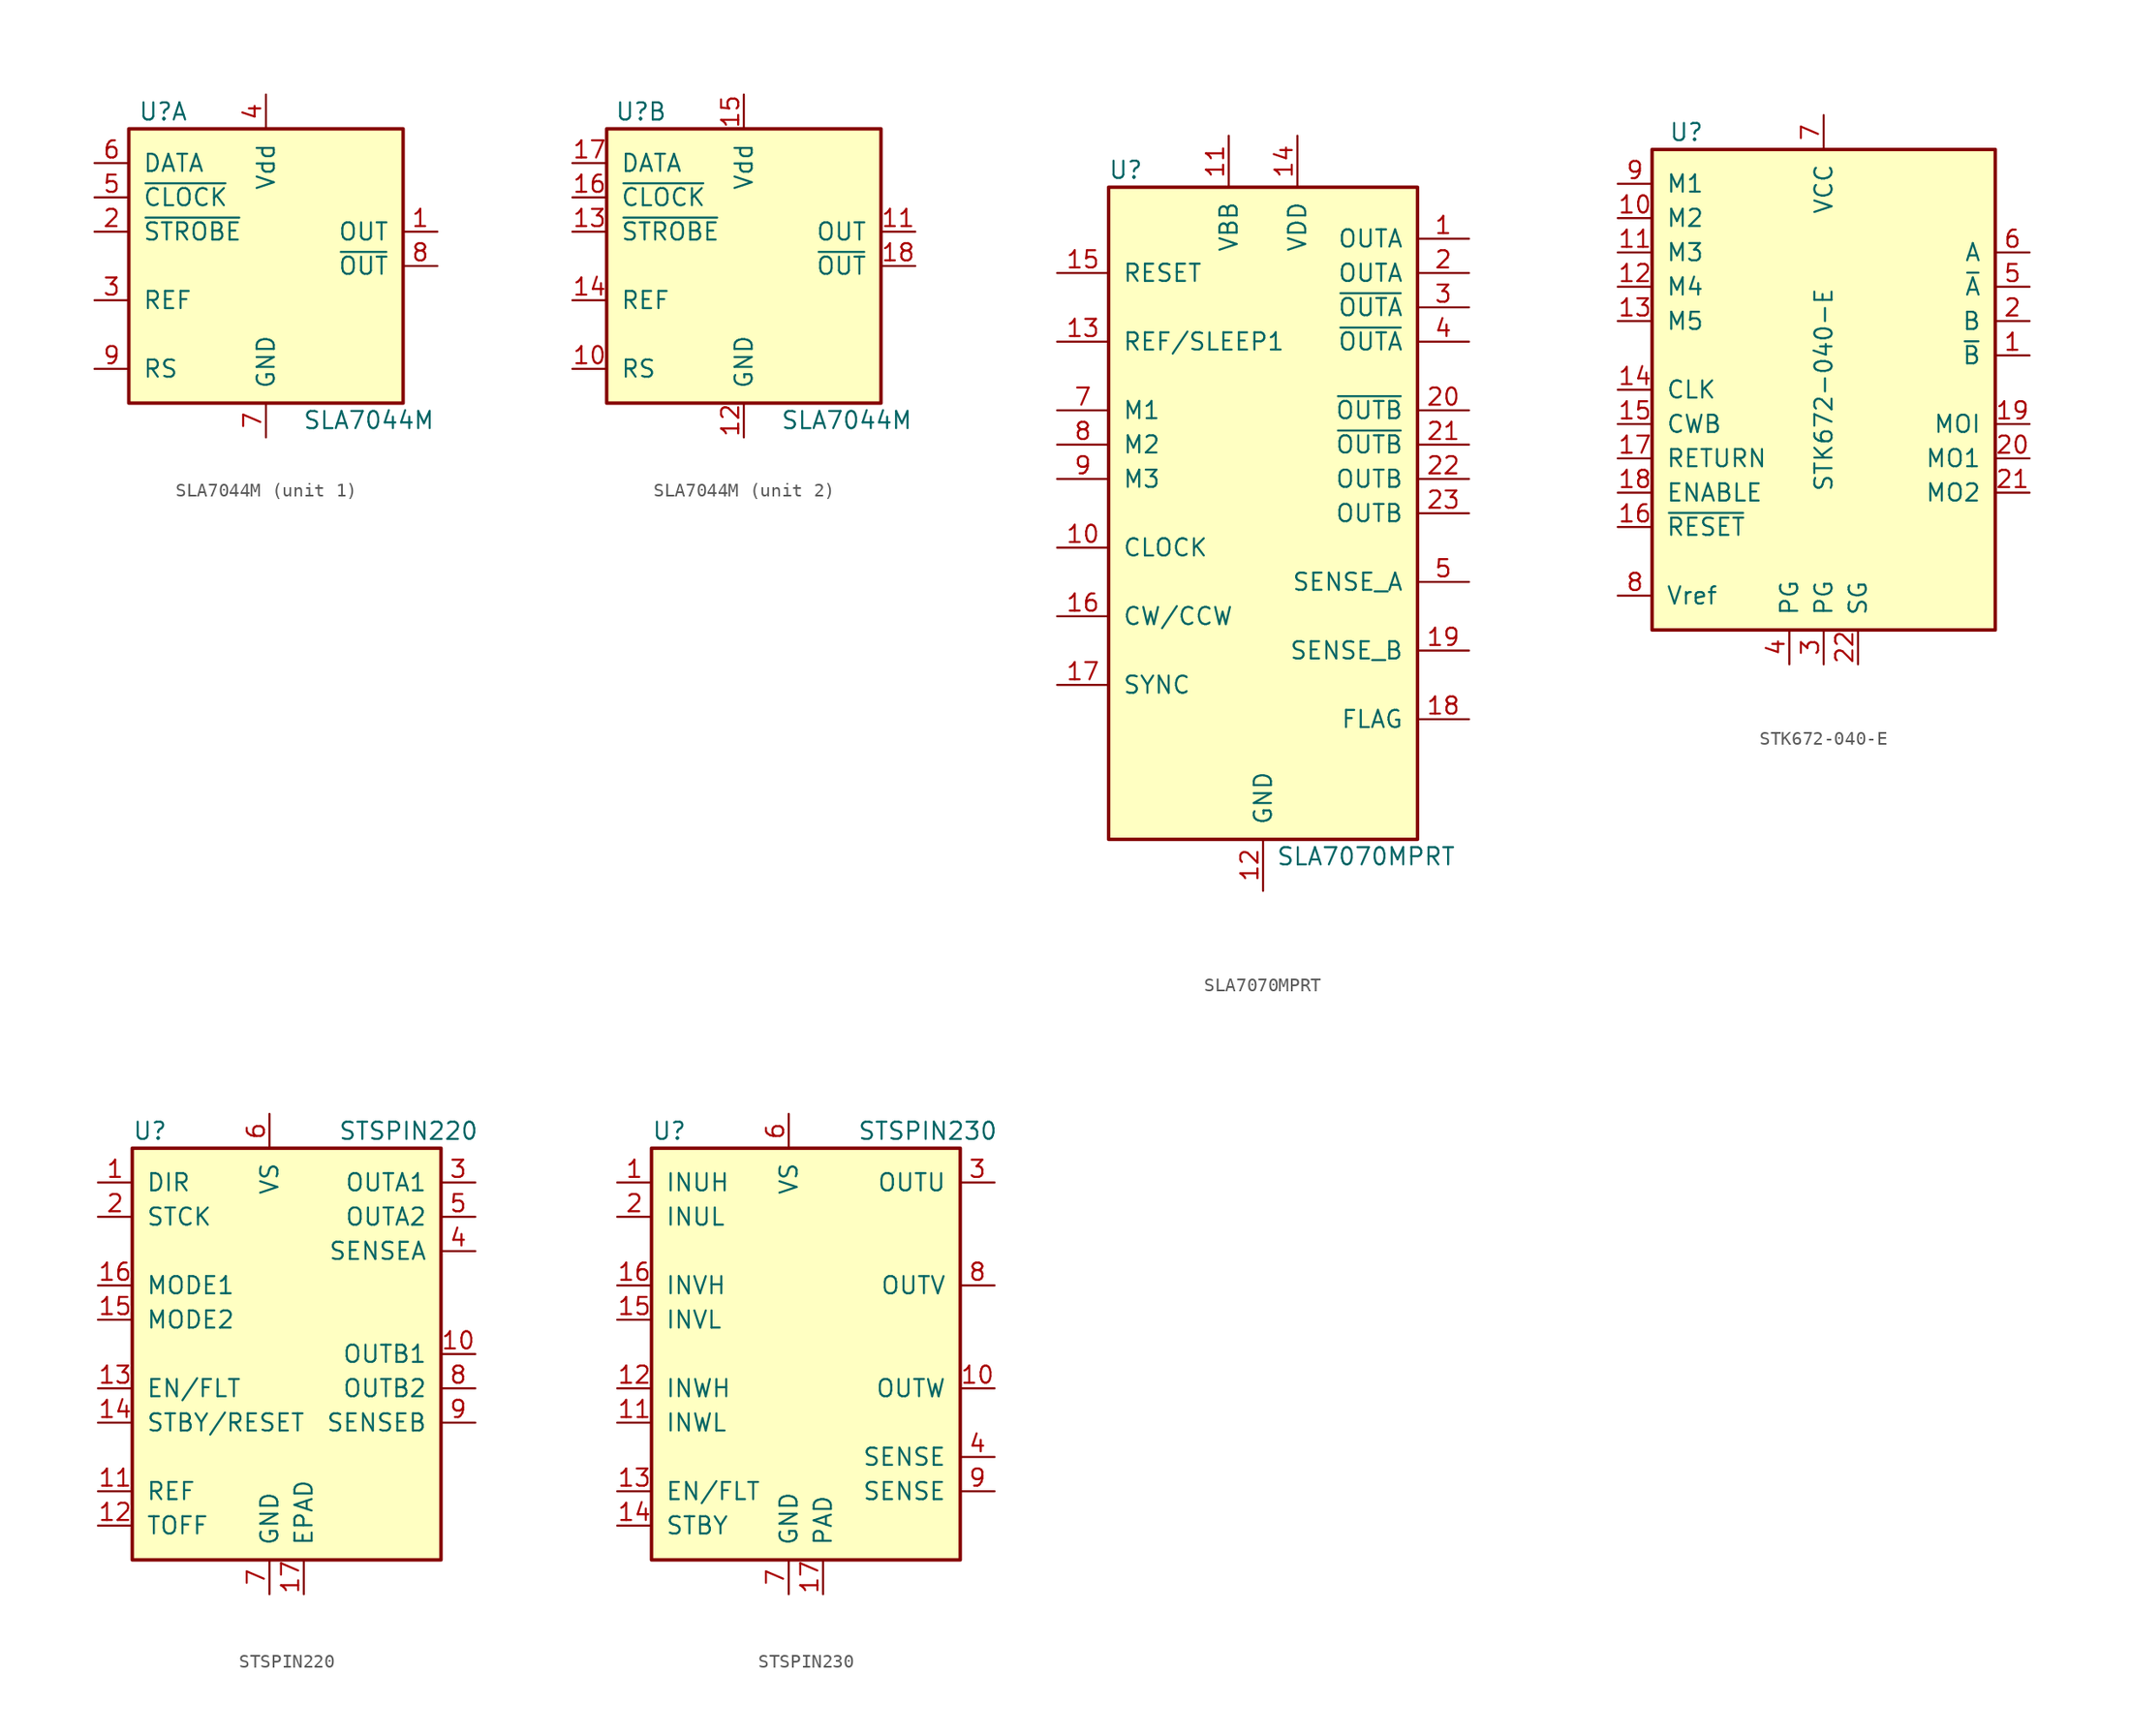
<source format=kicad_sym>
(kicad_symbol_lib
  (version 20201005)
  (generator kicad_symbol_editor)
  (symbol "SLA7044M"
    (pin_names
      (offset 1.016))
    (property "Reference" "U"
      (at -7.62 11.43 0)
      (effects (font (size 1.27 1.27))))
    (property "Value" "SLA7044M"
      (at 7.62 -11.43 0)
      (effects (font (size 1.27 1.27))))
    (symbol "SLA7044M_0_1"
      (rectangle (start -10.16 10.16) (end 10.16 -10.16) (stroke (width 0.254)) (fill (type background))))
    (symbol "SLA7044M_1_1"
      (pin output line (at 12.7 2.54 180) (length 2.54) (name "OUT" (effects (font (size 1.27 1.27)))) (number "1" (effects (font (size 1.27 1.27)))))
      (pin input line (at -12.7 2.54 0) (length 2.54) (name "~STROBE~" (effects (font (size 1.27 1.27)))) (number "2" (effects (font (size 1.27 1.27)))))
      (pin input line (at -12.7 -2.54 0) (length 2.54) (name "REF" (effects (font (size 1.27 1.27)))) (number "3" (effects (font (size 1.27 1.27)))))
      (pin power_in line (at 0 12.7 270) (length 2.54) (name "Vdd" (effects (font (size 1.27 1.27)))) (number "4" (effects (font (size 1.27 1.27)))))
      (pin input line (at -12.7 5.08 0) (length 2.54) (name "~CLOCK~" (effects (font (size 1.27 1.27)))) (number "5" (effects (font (size 1.27 1.27)))))
      (pin input line (at -12.7 7.62 0) (length 2.54) (name "DATA" (effects (font (size 1.27 1.27)))) (number "6" (effects (font (size 1.27 1.27)))))
      (pin power_in line (at 0 -12.7 90) (length 2.54) (name "GND" (effects (font (size 1.27 1.27)))) (number "7" (effects (font (size 1.27 1.27)))))
      (pin output line (at 12.7 0 180) (length 2.54) (name "~OUT~" (effects (font (size 1.27 1.27)))) (number "8" (effects (font (size 1.27 1.27)))))
      (pin input line (at -12.7 -7.62 0) (length 2.54) (name "RS" (effects (font (size 1.27 1.27)))) (number "9" (effects (font (size 1.27 1.27))))))
    (symbol "SLA7044M_2_1"
      (pin input line (at -12.7 -7.62 0) (length 2.54) (name "RS" (effects (font (size 1.27 1.27)))) (number "10" (effects (font (size 1.27 1.27)))))
      (pin output line (at 12.7 2.54 180) (length 2.54) (name "OUT" (effects (font (size 1.27 1.27)))) (number "11" (effects (font (size 1.27 1.27)))))
      (pin power_in line (at 0 -12.7 90) (length 2.54) (name "GND" (effects (font (size 1.27 1.27)))) (number "12" (effects (font (size 1.27 1.27)))))
      (pin input line (at -12.7 2.54 0) (length 2.54) (name "~STROBE~" (effects (font (size 1.27 1.27)))) (number "13" (effects (font (size 1.27 1.27)))))
      (pin input line (at -12.7 -2.54 0) (length 2.54) (name "REF" (effects (font (size 1.27 1.27)))) (number "14" (effects (font (size 1.27 1.27)))))
      (pin power_in line (at 0 12.7 270) (length 2.54) (name "Vdd" (effects (font (size 1.27 1.27)))) (number "15" (effects (font (size 1.27 1.27)))))
      (pin input line (at -12.7 5.08 0) (length 2.54) (name "~CLOCK~" (effects (font (size 1.27 1.27)))) (number "16" (effects (font (size 1.27 1.27)))))
      (pin input line (at -12.7 7.62 0) (length 2.54) (name "DATA" (effects (font (size 1.27 1.27)))) (number "17" (effects (font (size 1.27 1.27)))))
      (pin output line (at 12.7 0 180) (length 2.54) (name "~OUT~" (effects (font (size 1.27 1.27)))) (number "18" (effects (font (size 1.27 1.27)))))))
  (symbol "SLA7070MPRT"
    (pin_names
      (offset 1.016))
    (property "Reference" "U"
      (at -10.16 25.4 0)
      (effects (font (size 1.27 1.27))))
    (property "Value" "SLA7070MPRT"
      (at 7.62 -25.4 0)
      (effects (font (size 1.27 1.27))))
    (symbol "SLA7070MPRT_0_1"
      (rectangle (start -11.43 24.13) (end 11.43 -24.13) (stroke (width 0.254)) (fill (type background))))
    (symbol "SLA7070MPRT_1_1"
      (pin output line (at 15.24 20.32 180) (length 3.81) (name "OUTA" (effects (font (size 1.27 1.27)))) (number "1" (effects (font (size 1.27 1.27)))))
      (pin input line (at -15.24 -2.54 0) (length 3.81) (name "CLOCK" (effects (font (size 1.27 1.27)))) (number "10" (effects (font (size 1.27 1.27)))))
      (pin power_in line (at -2.54 27.94 270) (length 3.81) (name "VBB" (effects (font (size 1.27 1.27)))) (number "11" (effects (font (size 1.27 1.27)))))
      (pin power_in line (at 0 -27.94 90) (length 3.81) (name "GND" (effects (font (size 1.27 1.27)))) (number "12" (effects (font (size 1.27 1.27)))))
      (pin input line (at -15.24 12.7 0) (length 3.81) (name "REF/SLEEP1" (effects (font (size 1.27 1.27)))) (number "13" (effects (font (size 1.27 1.27)))))
      (pin power_in line (at 2.54 27.94 270) (length 3.81) (name "VDD" (effects (font (size 1.27 1.27)))) (number "14" (effects (font (size 1.27 1.27)))))
      (pin input line (at -15.24 17.78 0) (length 3.81) (name "RESET" (effects (font (size 1.27 1.27)))) (number "15" (effects (font (size 1.27 1.27)))))
      (pin input line (at -15.24 -7.62 0) (length 3.81) (name "CW/CCW" (effects (font (size 1.27 1.27)))) (number "16" (effects (font (size 1.27 1.27)))))
      (pin input line (at -15.24 -12.7 0) (length 3.81) (name "SYNC" (effects (font (size 1.27 1.27)))) (number "17" (effects (font (size 1.27 1.27)))))
      (pin output line (at 15.24 -15.24 180) (length 3.81) (name "FLAG" (effects (font (size 1.27 1.27)))) (number "18" (effects (font (size 1.27 1.27)))))
      (pin output line (at 15.24 -10.16 180) (length 3.81) (name "SENSE_B" (effects (font (size 1.27 1.27)))) (number "19" (effects (font (size 1.27 1.27)))))
      (pin output line (at 15.24 17.78 180) (length 3.81) (name "OUTA" (effects (font (size 1.27 1.27)))) (number "2" (effects (font (size 1.27 1.27)))))
      (pin output line (at 15.24 7.62 180) (length 3.81) (name "~OUTB~" (effects (font (size 1.27 1.27)))) (number "20" (effects (font (size 1.27 1.27)))))
      (pin output line (at 15.24 5.08 180) (length 3.81) (name "~OUTB~" (effects (font (size 1.27 1.27)))) (number "21" (effects (font (size 1.27 1.27)))))
      (pin output line (at 15.24 2.54 180) (length 3.81) (name "OUTB" (effects (font (size 1.27 1.27)))) (number "22" (effects (font (size 1.27 1.27)))))
      (pin output line (at 15.24 0 180) (length 3.81) (name "OUTB" (effects (font (size 1.27 1.27)))) (number "23" (effects (font (size 1.27 1.27)))))
      (pin output line (at 15.24 15.24 180) (length 3.81) (name "~OUTA~" (effects (font (size 1.27 1.27)))) (number "3" (effects (font (size 1.27 1.27)))))
      (pin output line (at 15.24 12.7 180) (length 3.81) (name "~OUTA~" (effects (font (size 1.27 1.27)))) (number "4" (effects (font (size 1.27 1.27)))))
      (pin output line (at 15.24 -5.08 180) (length 3.81) (name "SENSE_A" (effects (font (size 1.27 1.27)))) (number "5" (effects (font (size 1.27 1.27)))))
      (pin no_connect line (at 10.16 -20.32 180) (length 3.81) hide (name "N.C." (effects (font (size 1.27 1.27)))) (number "6" (effects (font (size 1.27 1.27)))))
      (pin input line (at -15.24 7.62 0) (length 3.81) (name "M1" (effects (font (size 1.27 1.27)))) (number "7" (effects (font (size 1.27 1.27)))))
      (pin input line (at -15.24 5.08 0) (length 3.81) (name "M2" (effects (font (size 1.27 1.27)))) (number "8" (effects (font (size 1.27 1.27)))))
      (pin input line (at -15.24 2.54 0) (length 3.81) (name "M3" (effects (font (size 1.27 1.27)))) (number "9" (effects (font (size 1.27 1.27)))))))
  (symbol "STK672-040-E"
    (pin_names
      (offset 1.016))
    (property "Reference" "U"
      (at -10.16 19.05 0)
      (effects (font (size 1.27 1.27))))
    (property "Value" "STK672-040-E"
      (at 0 0 90)
      (effects (font (size 1.27 1.27))))
    (symbol "STK672-040-E_0_1"
      (rectangle (start -12.7 17.78) (end 12.7 -17.78) (stroke (width 0.254)) (fill (type background))))
    (symbol "STK672-040-E_1_1"
      (pin output line (at 15.24 2.54 180) (length 2.54) (name "~B~" (effects (font (size 1.27 1.27)))) (number "1" (effects (font (size 1.27 1.27)))))
      (pin input line (at -15.24 12.7 0) (length 2.54) (name "M2" (effects (font (size 1.27 1.27)))) (number "10" (effects (font (size 1.27 1.27)))))
      (pin input line (at -15.24 10.16 0) (length 2.54) (name "M3" (effects (font (size 1.27 1.27)))) (number "11" (effects (font (size 1.27 1.27)))))
      (pin input line (at -15.24 7.62 0) (length 2.54) (name "M4" (effects (font (size 1.27 1.27)))) (number "12" (effects (font (size 1.27 1.27)))))
      (pin input line (at -15.24 5.08 0) (length 2.54) (name "M5" (effects (font (size 1.27 1.27)))) (number "13" (effects (font (size 1.27 1.27)))))
      (pin input line (at -15.24 0 0) (length 2.54) (name "CLK" (effects (font (size 1.27 1.27)))) (number "14" (effects (font (size 1.27 1.27)))))
      (pin input line (at -15.24 -2.54 0) (length 2.54) (name "CWB" (effects (font (size 1.27 1.27)))) (number "15" (effects (font (size 1.27 1.27)))))
      (pin input line (at -15.24 -10.16 0) (length 2.54) (name "~RESET~" (effects (font (size 1.27 1.27)))) (number "16" (effects (font (size 1.27 1.27)))))
      (pin input line (at -15.24 -5.08 0) (length 2.54) (name "RETURN" (effects (font (size 1.27 1.27)))) (number "17" (effects (font (size 1.27 1.27)))))
      (pin input line (at -15.24 -7.62 0) (length 2.54) (name "ENABLE" (effects (font (size 1.27 1.27)))) (number "18" (effects (font (size 1.27 1.27)))))
      (pin output line (at 15.24 -2.54 180) (length 2.54) (name "MOI" (effects (font (size 1.27 1.27)))) (number "19" (effects (font (size 1.27 1.27)))))
      (pin output line (at 15.24 5.08 180) (length 2.54) (name "B" (effects (font (size 1.27 1.27)))) (number "2" (effects (font (size 1.27 1.27)))))
      (pin output line (at 15.24 -5.08 180) (length 2.54) (name "MO1" (effects (font (size 1.27 1.27)))) (number "20" (effects (font (size 1.27 1.27)))))
      (pin output line (at 15.24 -7.62 180) (length 2.54) (name "MO2" (effects (font (size 1.27 1.27)))) (number "21" (effects (font (size 1.27 1.27)))))
      (pin power_in line (at 2.54 -20.32 90) (length 2.54) (name "SG" (effects (font (size 1.27 1.27)))) (number "22" (effects (font (size 1.27 1.27)))))
      (pin power_in line (at 0 -20.32 90) (length 2.54) (name "PG" (effects (font (size 1.27 1.27)))) (number "3" (effects (font (size 1.27 1.27)))))
      (pin power_in line (at -2.54 -20.32 90) (length 2.54) (name "PG" (effects (font (size 1.27 1.27)))) (number "4" (effects (font (size 1.27 1.27)))))
      (pin output line (at 15.24 7.62 180) (length 2.54) (name "~A~" (effects (font (size 1.27 1.27)))) (number "5" (effects (font (size 1.27 1.27)))))
      (pin output line (at 15.24 10.16 180) (length 2.54) (name "A" (effects (font (size 1.27 1.27)))) (number "6" (effects (font (size 1.27 1.27)))))
      (pin power_in line (at 0 20.32 270) (length 2.54) (name "VCC" (effects (font (size 1.27 1.27)))) (number "7" (effects (font (size 1.27 1.27)))))
      (pin input line (at -15.24 -15.24 0) (length 2.54) (name "Vref" (effects (font (size 1.27 1.27)))) (number "8" (effects (font (size 1.27 1.27)))))
      (pin input line (at -15.24 15.24 0) (length 2.54) (name "M1" (effects (font (size 1.27 1.27)))) (number "9" (effects (font (size 1.27 1.27)))))))
  (symbol "STSPIN220"
    (pin_names
      (offset 1.016))
    (property "Reference" "U"
      (at -10.16 16.51 0)
      (effects (font (size 1.27 1.27)) (justify left)))
    (property "Value" "STSPIN220"
      (at 5.08 16.51 0)
      (effects (font (size 1.27 1.27)) (justify left)))
    (symbol "STSPIN220_0_1"
      (rectangle (start -10.16 15.24) (end 12.7 -15.24) (stroke (width 0.254)) (fill (type background))))
    (symbol "STSPIN220_1_1"
      (pin input line (at -12.7 12.7 0) (length 2.54) (name "DIR" (effects (font (size 1.27 1.27)))) (number "1" (effects (font (size 1.27 1.27)))))
      (pin power_out line (at 15.24 0 180) (length 2.54) (name "OUTB1" (effects (font (size 1.27 1.27)))) (number "10" (effects (font (size 1.27 1.27)))))
      (pin input line (at -12.7 -10.16 0) (length 2.54) (name "REF" (effects (font (size 1.27 1.27)))) (number "11" (effects (font (size 1.27 1.27)))))
      (pin input line (at -12.7 -12.7 0) (length 2.54) (name "TOFF" (effects (font (size 1.27 1.27)))) (number "12" (effects (font (size 1.27 1.27)))))
      (pin bidirectional line (at -12.7 -2.54 0) (length 2.54) (name "EN/FLT" (effects (font (size 1.27 1.27)))) (number "13" (effects (font (size 1.27 1.27)))))
      (pin input line (at -12.7 -5.08 0) (length 2.54) (name "STBY/RESET" (effects (font (size 1.27 1.27)))) (number "14" (effects (font (size 1.27 1.27)))))
      (pin input line (at -12.7 2.54 0) (length 2.54) (name "MODE2" (effects (font (size 1.27 1.27)))) (number "15" (effects (font (size 1.27 1.27)))))
      (pin input line (at -12.7 5.08 0) (length 2.54) (name "MODE1" (effects (font (size 1.27 1.27)))) (number "16" (effects (font (size 1.27 1.27)))))
      (pin power_in line (at 2.54 -17.78 90) (length 2.54) (name "EPAD" (effects (font (size 1.27 1.27)))) (number "17" (effects (font (size 1.27 1.27)))))
      (pin input line (at -12.7 10.16 0) (length 2.54) (name "STCK" (effects (font (size 1.27 1.27)))) (number "2" (effects (font (size 1.27 1.27)))))
      (pin power_out line (at 15.24 12.7 180) (length 2.54) (name "OUTA1" (effects (font (size 1.27 1.27)))) (number "3" (effects (font (size 1.27 1.27)))))
      (pin power_out line (at 15.24 7.62 180) (length 2.54) (name "SENSEA" (effects (font (size 1.27 1.27)))) (number "4" (effects (font (size 1.27 1.27)))))
      (pin power_out line (at 15.24 10.16 180) (length 2.54) (name "OUTA2" (effects (font (size 1.27 1.27)))) (number "5" (effects (font (size 1.27 1.27)))))
      (pin power_in line (at 0 17.78 270) (length 2.54) (name "VS" (effects (font (size 1.27 1.27)))) (number "6" (effects (font (size 1.27 1.27)))))
      (pin power_in line (at 0 -17.78 90) (length 2.54) (name "GND" (effects (font (size 1.27 1.27)))) (number "7" (effects (font (size 1.27 1.27)))))
      (pin power_out line (at 15.24 -2.54 180) (length 2.54) (name "OUTB2" (effects (font (size 1.27 1.27)))) (number "8" (effects (font (size 1.27 1.27)))))
      (pin power_out line (at 15.24 -5.08 180) (length 2.54) (name "SENSEB" (effects (font (size 1.27 1.27)))) (number "9" (effects (font (size 1.27 1.27)))))))
  (symbol "STSPIN230"
    (pin_names
      (offset 1.016))
    (property "Reference" "U"
      (at -10.16 16.51 0)
      (effects (font (size 1.27 1.27)) (justify left)))
    (property "Value" "STSPIN230"
      (at 5.08 16.51 0)
      (effects (font (size 1.27 1.27)) (justify left)))
    (symbol "STSPIN230_0_1"
      (rectangle (start -10.16 15.24) (end 12.7 -15.24) (stroke (width 0.254)) (fill (type background))))
    (symbol "STSPIN230_1_1"
      (pin input line (at -12.7 12.7 0) (length 2.54) (name "INUH" (effects (font (size 1.27 1.27)))) (number "1" (effects (font (size 1.27 1.27)))))
      (pin power_out line (at 15.24 -2.54 180) (length 2.54) (name "OUTW" (effects (font (size 1.27 1.27)))) (number "10" (effects (font (size 1.27 1.27)))))
      (pin input line (at -12.7 -5.08 0) (length 2.54) (name "INWL" (effects (font (size 1.27 1.27)))) (number "11" (effects (font (size 1.27 1.27)))))
      (pin input line (at -12.7 -2.54 0) (length 2.54) (name "INWH" (effects (font (size 1.27 1.27)))) (number "12" (effects (font (size 1.27 1.27)))))
      (pin bidirectional line (at -12.7 -10.16 0) (length 2.54) (name "EN/FLT" (effects (font (size 1.27 1.27)))) (number "13" (effects (font (size 1.27 1.27)))))
      (pin input line (at -12.7 -12.7 0) (length 2.54) (name "STBY" (effects (font (size 1.27 1.27)))) (number "14" (effects (font (size 1.27 1.27)))))
      (pin input line (at -12.7 2.54 0) (length 2.54) (name "INVL" (effects (font (size 1.27 1.27)))) (number "15" (effects (font (size 1.27 1.27)))))
      (pin input line (at -12.7 5.08 0) (length 2.54) (name "INVH" (effects (font (size 1.27 1.27)))) (number "16" (effects (font (size 1.27 1.27)))))
      (pin power_in line (at 2.54 -17.78 90) (length 2.54) (name "PAD" (effects (font (size 1.27 1.27)))) (number "17" (effects (font (size 1.27 1.27)))))
      (pin input line (at -12.7 10.16 0) (length 2.54) (name "INUL" (effects (font (size 1.27 1.27)))) (number "2" (effects (font (size 1.27 1.27)))))
      (pin power_out line (at 15.24 12.7 180) (length 2.54) (name "OUTU" (effects (font (size 1.27 1.27)))) (number "3" (effects (font (size 1.27 1.27)))))
      (pin input line (at 15.24 -7.62 180) (length 2.54) (name "SENSE" (effects (font (size 1.27 1.27)))) (number "4" (effects (font (size 1.27 1.27)))))
      (pin no_connect line (at 5.08 -17.78 90) (length 2.54) hide (name "NC" (effects (font (size 1.27 1.27)))) (number "5" (effects (font (size 1.27 1.27)))))
      (pin power_in line (at 0 17.78 270) (length 2.54) (name "VS" (effects (font (size 1.27 1.27)))) (number "6" (effects (font (size 1.27 1.27)))))
      (pin power_in line (at 0 -17.78 90) (length 2.54) (name "GND" (effects (font (size 1.27 1.27)))) (number "7" (effects (font (size 1.27 1.27)))))
      (pin power_out line (at 15.24 5.08 180) (length 2.54) (name "OUTV" (effects (font (size 1.27 1.27)))) (number "8" (effects (font (size 1.27 1.27)))))
      (pin input line (at 15.24 -10.16 180) (length 2.54) (name "SENSE" (effects (font (size 1.27 1.27)))) (number "9" (effects (font (size 1.27 1.27))))))))
</source>
